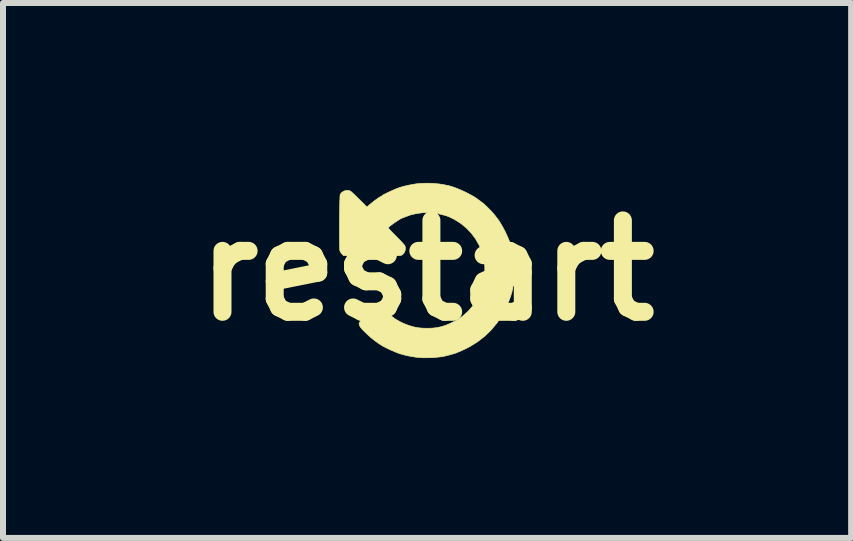
<source format=kicad_pcb>
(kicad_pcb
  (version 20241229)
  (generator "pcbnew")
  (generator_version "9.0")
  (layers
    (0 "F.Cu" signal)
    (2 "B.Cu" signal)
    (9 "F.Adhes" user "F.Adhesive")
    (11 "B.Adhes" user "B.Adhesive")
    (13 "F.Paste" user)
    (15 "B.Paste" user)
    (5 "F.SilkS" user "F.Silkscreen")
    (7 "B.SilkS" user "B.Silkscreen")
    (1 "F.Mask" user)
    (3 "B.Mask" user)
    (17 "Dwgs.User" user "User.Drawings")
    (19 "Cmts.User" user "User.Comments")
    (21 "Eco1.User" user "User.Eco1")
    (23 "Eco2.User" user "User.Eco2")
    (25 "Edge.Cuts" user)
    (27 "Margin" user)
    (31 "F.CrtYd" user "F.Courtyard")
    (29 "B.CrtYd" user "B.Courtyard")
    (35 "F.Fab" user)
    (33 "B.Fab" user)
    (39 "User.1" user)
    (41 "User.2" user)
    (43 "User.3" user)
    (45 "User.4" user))
  (footprint "restart"
    (layer "F.Cu")
    (at 4.071 1.46)
    (property "Reference" "restart" (at 0 0 0) (layer "F.SilkS") (effects (font (size 1.524 1.524) (thickness 0.3))))
    (attr through_hole)
    (fp_poly (pts (xy 0.06 -1.454) (xy 0.137 -1.449) (xy 0.207 -1.442) (xy 0.258 -1.434) (xy 0.291 -1.428) (xy 0.32 -1.422) (xy 0.34 -1.418) (xy 0.344 -1.418) (xy 0.395 -1.405) (xy 0.455 -1.385) (xy 0.521 -1.359) (xy 0.59 -1.33) (xy 0.659 -1.297) (xy 0.724 -1.263) (xy 0.784 -1.229) (xy 0.834 -1.196) (xy 0.87 -1.168) (xy 0.882 -1.16) (xy 0.901 -1.146) (xy 0.91 -1.139) (xy 0.936 -1.12) (xy 0.968 -1.091) (xy 1.004 -1.057) (xy 1.042 -1.019) (xy 1.079 -0.981) (xy 1.11 -0.945) (xy 1.135 -0.915) (xy 1.142 -0.906) (xy 1.154 -0.889) (xy 1.164 -0.877) (xy 1.165 -0.875) (xy 1.177 -0.862) (xy 1.194 -0.837) (xy 1.215 -0.805) (xy 1.238 -0.767) (xy 1.261 -0.727) (xy 1.282 -0.688) (xy 1.3 -0.653) (xy 1.302 -0.65) (xy 1.335 -0.578) (xy 1.362 -0.516) (xy 1.384 -0.459) (xy 1.402 -0.404) (xy 1.417 -0.346) (xy 1.432 -0.282) (xy 1.433 -0.274) (xy 1.445 -0.202) (xy 1.452 -0.121) (xy 1.456 -0.035) (xy 1.456 0.052) (xy 1.452 0.133) (xy 1.444 0.205) (xy 1.442 0.217) (xy 1.434 0.261) (xy 1.429 0.293) (xy 1.424 0.316) (xy 1.421 0.332) (xy 1.418 0.346) (xy 1.415 0.36) (xy 1.414 0.363) (xy 1.394 0.43) (xy 1.367 0.504) (xy 1.335 0.581) (xy 1.3 0.657) (xy 1.264 0.726) (xy 1.248 0.754) (xy 1.164 0.879) (xy 1.069 0.993) (xy 0.964 1.095) (xy 0.848 1.186) (xy 0.722 1.265) (xy 0.645 1.305) (xy 0.608 1.322) (xy 0.575 1.338) (xy 0.549 1.349) (xy 0.533 1.356) (xy 0.531 1.356) (xy 0.514 1.363) (xy 0.504 1.368) (xy 0.492 1.373) (xy 0.468 1.381) (xy 0.436 1.391) (xy 0.397 1.402) (xy 0.357 1.413) (xy 0.318 1.423) (xy 0.282 1.431) (xy 0.255 1.437) (xy 0.249 1.438) (xy 0.097 1.454) (xy -0.061 1.456) (xy -0.117 1.453) (xy -0.188 1.446) (xy -0.263 1.434) (xy -0.34 1.419) (xy -0.413 1.4) (xy -0.478 1.38) (xy -0.52 1.363) (xy -0.539 1.355) (xy -0.567 1.343) (xy -0.594 1.332) (xy -0.621 1.32) (xy -0.652 1.305) (xy -0.685 1.289) (xy -0.717 1.272) (xy -0.743 1.258) (xy -0.76 1.247) (xy -0.766 1.243) (xy -0.776 1.236) (xy -0.782 1.233) (xy -0.794 1.226) (xy -0.816 1.211) (xy -0.844 1.191) (xy -0.875 1.168) (xy -0.905 1.145) (xy -0.933 1.123) (xy -0.954 1.104) (xy -0.957 1.101) (xy -0.98 1.08) (xy -1.008 1.054) (xy -1.029 1.034) (xy -1.076 0.987) (xy -1.109 0.948) (xy -1.128 0.915) (xy -1.133 0.892) (xy -1.133 0.884) (xy -1.131 0.876) (xy -1.126 0.867) (xy -1.118 0.855) (xy -1.106 0.839) (xy -1.088 0.819) (xy -1.063 0.793) (xy -1.031 0.759) (xy -0.99 0.717) (xy -0.94 0.665) (xy -0.92 0.645) (xy -0.891 0.616) (xy -0.87 0.596) (xy -0.855 0.584) (xy -0.842 0.577) (xy -0.829 0.575) (xy -0.814 0.574) (xy -0.814 0.574) (xy -0.79 0.576) (xy -0.774 0.582) (xy -0.759 0.596) (xy -0.75 0.606) (xy -0.712 0.648) (xy -0.67 0.69) (xy -0.627 0.731) (xy -0.585 0.767) (xy -0.546 0.797) (xy -0.514 0.819) (xy -0.5 0.826) (xy -0.485 0.834) (xy -0.469 0.844) (xy -0.448 0.856) (xy -0.417 0.871) (xy -0.379 0.888) (xy -0.339 0.904) (xy -0.301 0.918) (xy -0.285 0.923) (xy -0.218 0.942) (xy -0.151 0.955) (xy -0.08 0.962) (xy 0 0.964) (xy 0.084 0.962) (xy 0.162 0.954) (xy 0.236 0.938) (xy 0.31 0.915) (xy 0.387 0.883) (xy 0.47 0.842) (xy 0.513 0.818) (xy 0.535 0.804) (xy 0.563 0.785) (xy 0.592 0.763) (xy 0.595 0.761) (xy 0.688 0.678) (xy 0.768 0.585) (xy 0.836 0.484) (xy 0.891 0.375) (xy 0.932 0.257) (xy 0.951 0.176) (xy 0.958 0.129) (xy 0.962 0.071) (xy 0.964 0.007) (xy 0.963 -0.057) (xy 0.959 -0.116) (xy 0.953 -0.166) (xy 0.951 -0.176) (xy 0.919 -0.298) (xy 0.873 -0.413) (xy 0.814 -0.519) (xy 0.743 -0.616) (xy 0.66 -0.704) (xy 0.566 -0.782) (xy 0.462 -0.848) (xy 0.402 -0.878) (xy 0.377 -0.89) (xy 0.358 -0.898) (xy 0.348 -0.902) (xy 0.334 -0.907) (xy 0.332 -0.908) (xy 0.321 -0.912) (xy 0.299 -0.918) (xy 0.269 -0.926) (xy 0.235 -0.935) (xy 0.2 -0.943) (xy 0.169 -0.95) (xy 0.145 -0.955) (xy 0.137 -0.957) (xy 0.036 -0.965) (xy -0.068 -0.963) (xy -0.172 -0.95) (xy -0.272 -0.927) (xy -0.364 -0.894) (xy -0.373 -0.89) (xy -0.394 -0.881) (xy -0.408 -0.876) (xy -0.411 -0.875) (xy -0.423 -0.871) (xy -0.446 -0.859) (xy -0.476 -0.84) (xy -0.51 -0.818) (xy -0.547 -0.793) (xy -0.583 -0.767) (xy -0.616 -0.742) (xy -0.64 -0.721) (xy -0.644 -0.717) (xy -0.644 -0.711) (xy -0.64 -0.703) (xy -0.631 -0.69) (xy -0.615 -0.672) (xy -0.591 -0.647) (xy -0.559 -0.614) (xy -0.517 -0.572) (xy -0.514 -0.569) (xy -0.475 -0.529) (xy -0.44 -0.493) (xy -0.41 -0.461) (xy -0.387 -0.435) (xy -0.372 -0.416) (xy -0.367 -0.409) (xy -0.36 -0.371) (xy -0.365 -0.332) (xy -0.381 -0.296) (xy -0.405 -0.267) (xy -0.422 -0.256) (xy -0.429 -0.253) (xy -0.437 -0.251) (xy -0.448 -0.249) (xy -0.463 -0.247) (xy -0.484 -0.246) (xy -0.511 -0.245) (xy -0.546 -0.244) (xy -0.59 -0.244) (xy -0.644 -0.243) (xy -0.709 -0.243) (xy -0.788 -0.244) (xy -0.88 -0.244) (xy -0.92 -0.244) (xy -1.391 -0.246) (xy -1.419 -0.274) (xy -1.44 -0.301) (xy -1.453 -0.329) (xy -1.454 -0.333) (xy -1.456 -0.348) (xy -1.457 -0.377) (xy -1.458 -0.417) (xy -1.459 -0.468) (xy -1.46 -0.527) (xy -1.46 -0.592) (xy -1.46 -0.663) (xy -1.46 -0.736) (xy -1.46 -0.811) (xy -1.459 -0.886) (xy -1.458 -0.959) (xy -1.457 -1.028) (xy -1.456 -1.092) (xy -1.455 -1.148) (xy -1.453 -1.196) (xy -1.452 -1.232) (xy -1.45 -1.257) (xy -1.448 -1.267) (xy -1.428 -1.296) (xy -1.397 -1.318) (xy -1.361 -1.332) (xy -1.324 -1.336) (xy -1.289 -1.329) (xy -1.273 -1.32) (xy -1.259 -1.309) (xy -1.237 -1.289) (xy -1.208 -1.262) (xy -1.174 -1.229) (xy -1.138 -1.193) (xy -1.124 -1.18) (xy -1.002 -1.058) (xy -0.98 -1.078) (xy -0.951 -1.103) (xy -0.918 -1.13) (xy -0.883 -1.158) (xy -0.848 -1.183) (xy -0.817 -1.206) (xy -0.791 -1.223) (xy -0.773 -1.233) (xy -0.767 -1.235) (xy -0.757 -1.24) (xy -0.757 -1.241) (xy -0.746 -1.251) (xy -0.722 -1.266) (xy -0.683 -1.285) (xy -0.632 -1.31) (xy -0.574 -1.336) (xy -0.549 -1.347) (xy -0.528 -1.356) (xy -0.52 -1.36) (xy -0.504 -1.366) (xy -0.479 -1.375) (xy -0.449 -1.385) (xy -0.421 -1.394) (xy -0.398 -1.401) (xy -0.391 -1.403) (xy -0.307 -1.422) (xy -0.234 -1.436) (xy -0.171 -1.446) (xy -0.113 -1.451) (xy -0.096 -1.452) (xy -0.019 -1.455) (xy 0.06 -1.454)) (stroke (width 0.01) (type solid)) (fill yes) (layer "F.SilkS")))
  (gr_rect
    (start -3 -3)
    (end 11.143 5.92)
    (stroke (width 0.1) (type default))
    (fill no)
    (layer "Edge.Cuts")))
</source>
